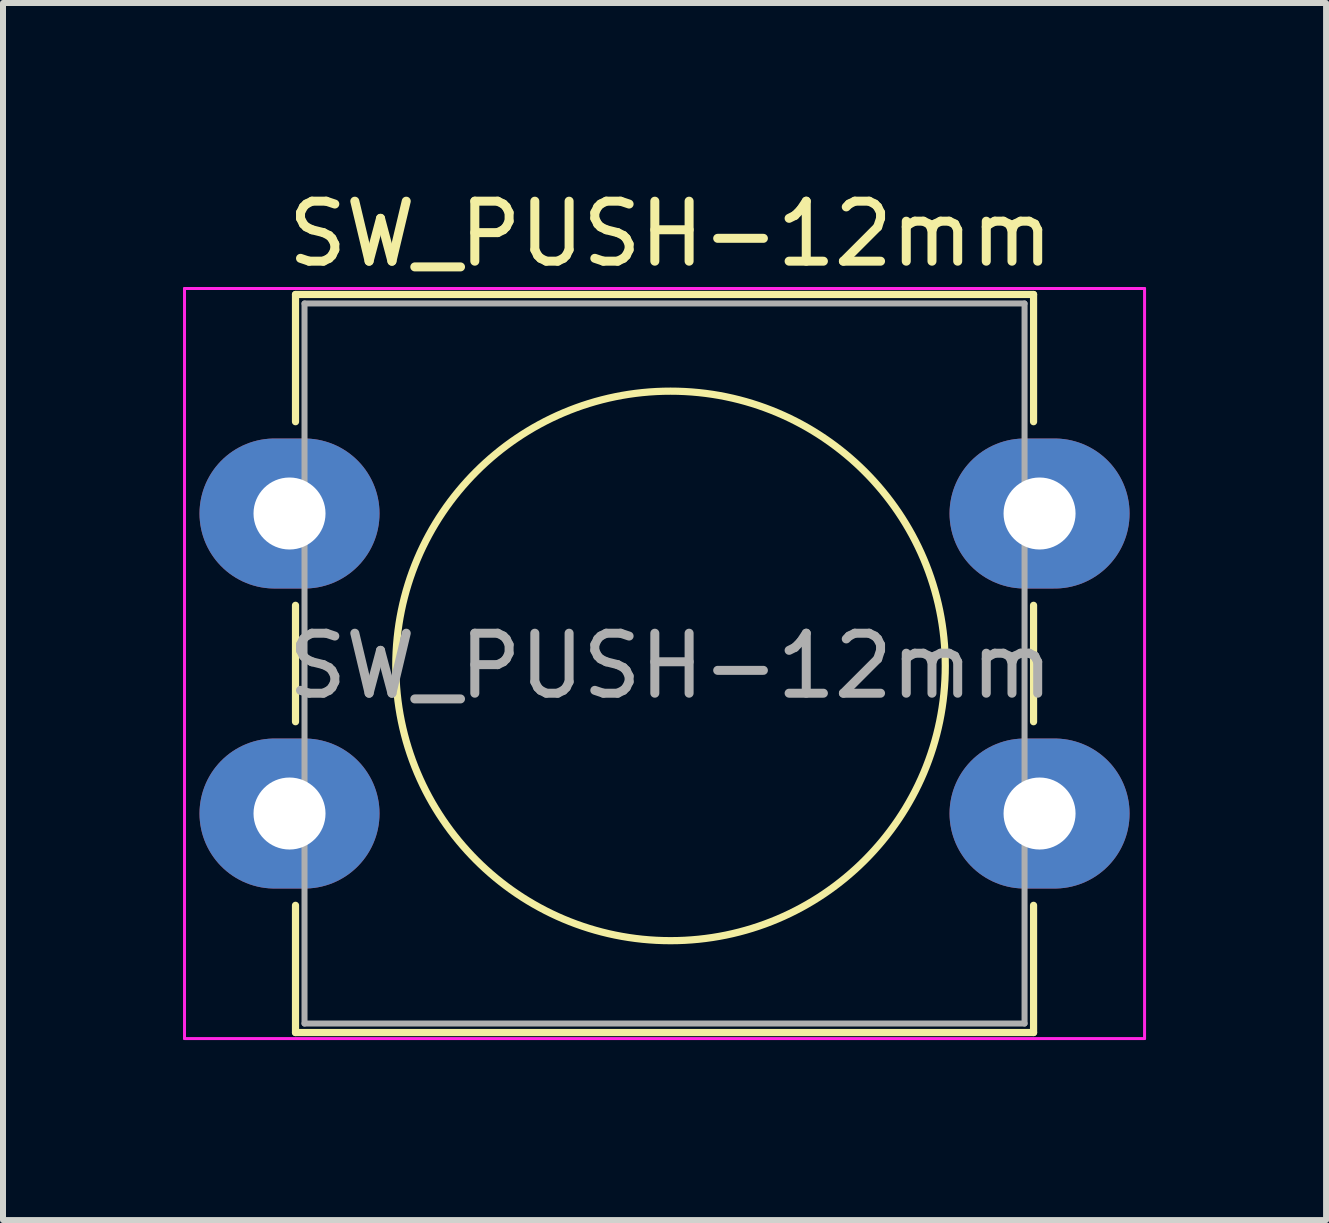
<source format=kicad_pcb>
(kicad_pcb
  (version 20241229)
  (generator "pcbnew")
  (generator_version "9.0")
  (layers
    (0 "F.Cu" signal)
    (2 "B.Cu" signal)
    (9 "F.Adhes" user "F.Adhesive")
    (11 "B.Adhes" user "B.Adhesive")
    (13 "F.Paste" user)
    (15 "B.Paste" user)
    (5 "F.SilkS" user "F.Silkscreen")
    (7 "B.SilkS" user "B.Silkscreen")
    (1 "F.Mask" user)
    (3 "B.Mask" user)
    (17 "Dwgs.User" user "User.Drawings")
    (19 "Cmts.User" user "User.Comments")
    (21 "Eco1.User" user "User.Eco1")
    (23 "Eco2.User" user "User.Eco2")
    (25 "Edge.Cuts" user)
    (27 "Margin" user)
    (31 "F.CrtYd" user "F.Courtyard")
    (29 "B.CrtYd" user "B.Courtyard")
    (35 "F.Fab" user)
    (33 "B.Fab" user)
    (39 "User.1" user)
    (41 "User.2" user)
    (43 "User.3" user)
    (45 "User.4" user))
  (footprint "SW_PUSH-12mm"
    (layer "F.Cu")
    (at 1.775 5.508)
    (property "Reference" "SW_PUSH-12mm" (at 6.35 -4.66 0) (layer "F.SilkS") (effects (font (size 1 1) (thickness 0.15))))
    (attr through_hole)
    (fp_line (start 0.1 -3.65) (end 12.4 -3.65) (stroke (width 0.12) (type solid)) (layer "F.SilkS"))
    (fp_line (start 0.1 -1.53) (end 0.1 -3.65) (stroke (width 0.12) (type solid)) (layer "F.SilkS"))
    (fp_line (start 0.1 3.47) (end 0.1 1.53) (stroke (width 0.12) (type solid)) (layer "F.SilkS"))
    (fp_line (start 0.1 8.65) (end 0.1 6.53) (stroke (width 0.12) (type solid)) (layer "F.SilkS"))
    (fp_line (start 12.4 -3.65) (end 12.4 -1.53) (stroke (width 0.12) (type solid)) (layer "F.SilkS"))
    (fp_line (start 12.4 1.53) (end 12.4 3.47) (stroke (width 0.12) (type solid)) (layer "F.SilkS"))
    (fp_line (start 12.4 6.53) (end 12.4 8.65) (stroke (width 0.12) (type solid)) (layer "F.SilkS"))
    (fp_line (start 12.4 8.65) (end 0.1 8.65) (stroke (width 0.12) (type solid)) (layer "F.SilkS"))
    (fp_circle (center 6.35 2.54) (end 10.929 2.54) (stroke (width 0.12) (type solid)) (fill no) (layer "F.SilkS"))
    (fp_line (start -1.75 -3.75) (end -1.75 8.75) (stroke (width 0.05) (type solid)) (layer "F.CrtYd"))
    (fp_line (start -1.75 8.75) (end 14.25 8.75) (stroke (width 0.05) (type solid)) (layer "F.CrtYd"))
    (fp_line (start 14.25 -3.75) (end -1.75 -3.75) (stroke (width 0.05) (type solid)) (layer "F.CrtYd"))
    (fp_line (start 14.25 8.75) (end 14.25 -3.75) (stroke (width 0.05) (type solid)) (layer "F.CrtYd"))
    (fp_line (start 0.25 -3.5) (end 0.25 8.5) (stroke (width 0.1) (type solid)) (layer "F.Fab"))
    (fp_line (start 0.25 8.5) (end 12.25 8.5) (stroke (width 0.1) (type solid)) (layer "F.Fab"))
    (fp_line (start 12.25 -3.5) (end 0.25 -3.5) (stroke (width 0.1) (type solid)) (layer "F.Fab"))
    (fp_line (start 12.25 8.5) (end 12.25 -3.5) (stroke (width 0.1) (type solid)) (layer "F.Fab"))
    (fp_text user "${REFERENCE}" (at 6.35 2.54 0) (layer "F.Fab") (effects (font (size 1 1) (thickness 0.15))))
    (pad "1" thru_hole oval (at 0 0) (size 3 2.5) (drill 1.2) (layers "*.Cu" "*.Mask"))
    (pad "1" thru_hole oval (at 12.5 0) (size 3 2.5) (drill 1.2) (layers "*.Cu" "*.Mask"))
    (pad "2" thru_hole oval (at 0 5) (size 3 2.5) (drill 1.2) (layers "*.Cu" "*.Mask"))
    (pad "2" thru_hole oval (at 12.5 5) (size 3 2.5) (drill 1.2) (layers "*.Cu" "*.Mask")))
  (gr_rect
    (start -3 -3)
    (end 19.05 17.283)
    (stroke (width 0.1) (type default))
    (fill no)
    (layer "Edge.Cuts")))
</source>
